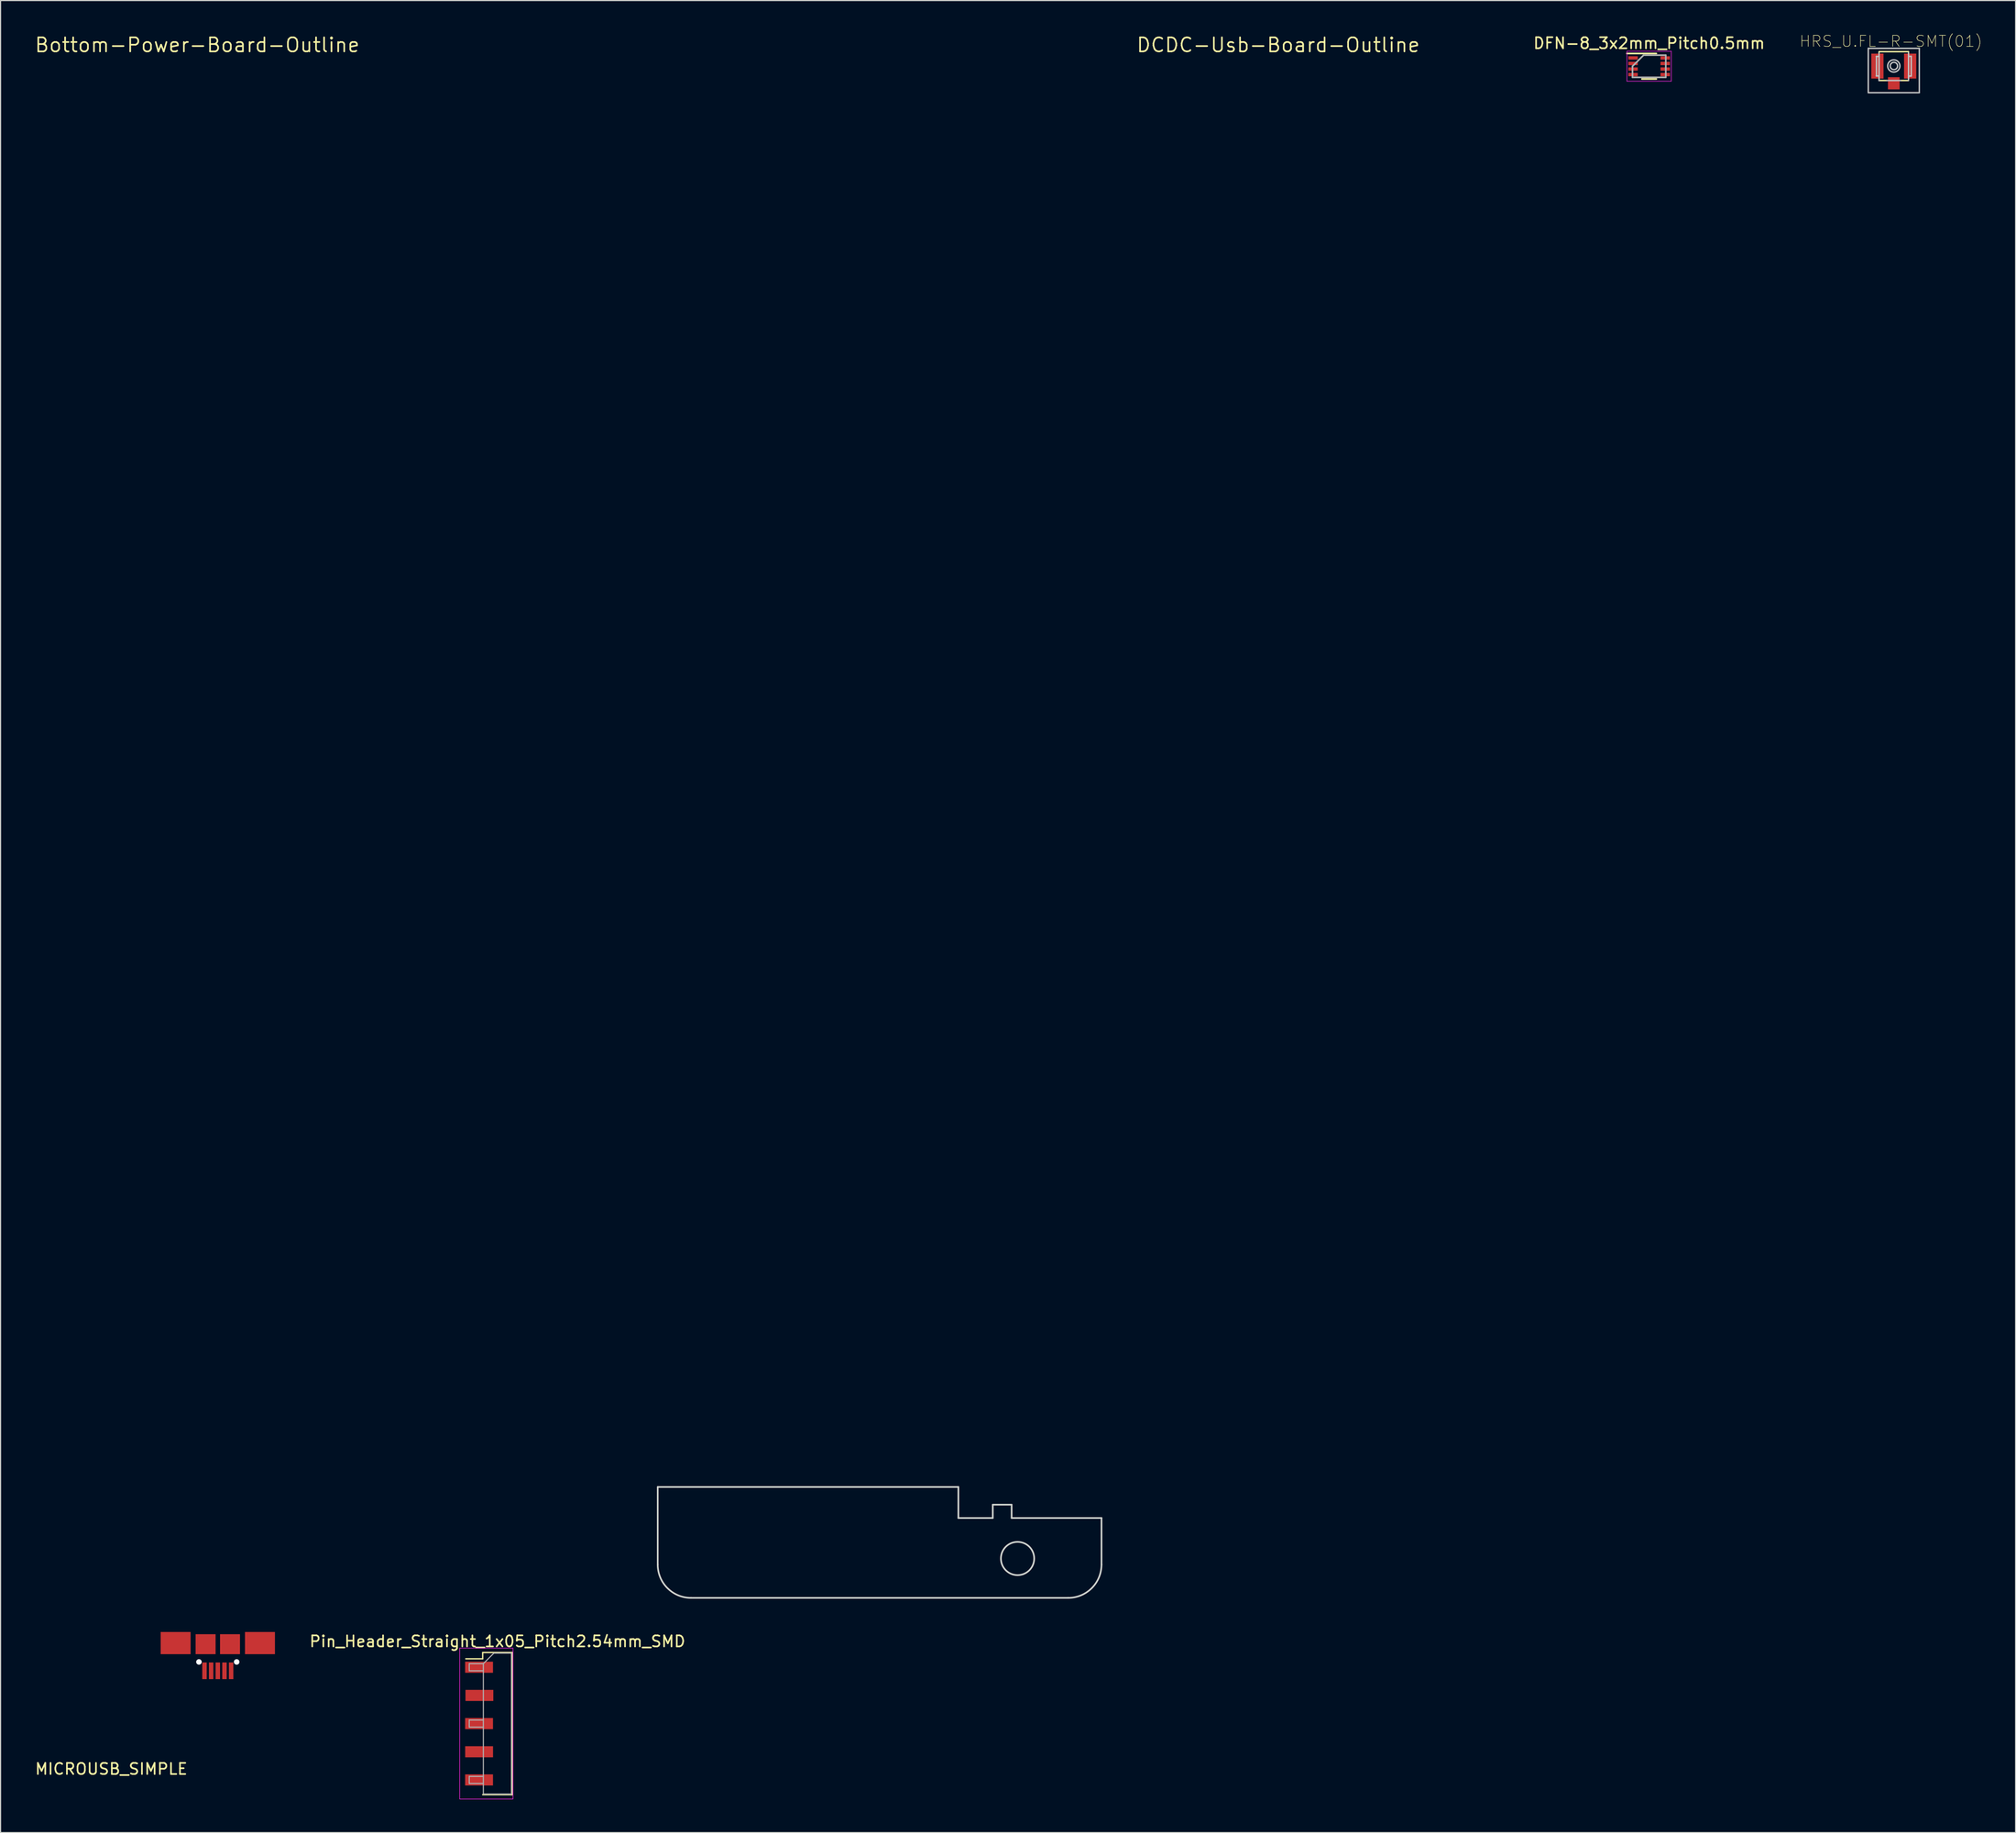
<source format=kicad_pcb>
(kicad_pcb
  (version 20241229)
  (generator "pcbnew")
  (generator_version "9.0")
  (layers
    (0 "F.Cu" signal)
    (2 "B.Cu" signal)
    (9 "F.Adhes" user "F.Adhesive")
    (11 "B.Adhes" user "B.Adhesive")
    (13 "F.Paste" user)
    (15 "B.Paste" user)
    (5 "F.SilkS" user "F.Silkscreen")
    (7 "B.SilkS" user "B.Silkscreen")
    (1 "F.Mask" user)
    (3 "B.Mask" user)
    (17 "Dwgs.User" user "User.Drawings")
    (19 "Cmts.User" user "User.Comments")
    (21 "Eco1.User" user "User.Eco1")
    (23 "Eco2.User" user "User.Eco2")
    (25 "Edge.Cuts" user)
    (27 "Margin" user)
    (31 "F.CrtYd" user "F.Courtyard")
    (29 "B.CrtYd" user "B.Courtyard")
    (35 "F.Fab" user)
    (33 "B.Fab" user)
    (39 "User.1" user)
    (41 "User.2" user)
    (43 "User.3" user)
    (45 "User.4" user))
  (footprint "MICROUSB_SIMPLE"
    (layer "F.Cu")
    (at 16.582 147.581)
    (property "Reference" "MICROUSB_SIMPLE" (at -9.6 8.85 0) (layer "F.SilkS") (effects (font (size 1 1) (thickness 0.15))))
    (attr through_hole)
    (pad "" np_thru_hole circle (at -1.7 -0.8) (size 0.5 0.5) (drill 0.5) (layers "*.Cu" "*.Mask"))
    (pad "" np_thru_hole circle (at 1.7 -0.8) (size 0.5 0.5) (drill 0.5) (layers "*.Cu" "*.Mask"))
    (pad "1" smd rect (at 1.2 0) (size 0.4 1.5) (layers "F.Cu" "F.Mask" "F.Paste"))
    (pad "2" smd rect (at 0.6 0) (size 0.4 1.5) (layers "F.Cu" "F.Mask" "F.Paste"))
    (pad "3" smd rect (at 0 0) (size 0.4 1.5) (layers "F.Cu" "F.Mask" "F.Paste"))
    (pad "4" smd rect (at -0.6 0) (size 0.4 1.5) (layers "F.Cu" "F.Mask" "F.Paste"))
    (pad "5" smd rect (at -1.2 0) (size 0.4 1.5) (layers "F.Cu" "F.Mask" "F.Paste"))
    (pad "6" smd rect (at -3.8 -2.5) (size 2.7 2) (layers "F.Cu" "F.Mask" "F.Paste"))
    (pad "6" smd rect (at -1.1 -2.4) (size 1.8 1.8) (layers "F.Cu" "F.Mask" "F.Paste"))
    (pad "6" smd rect (at 1.1 -2.4) (size 1.8 1.8) (layers "F.Cu" "F.Mask" "F.Paste"))
    (pad "6" smd rect (at 3.8 -2.5) (size 2.7 2) (layers "F.Cu" "F.Mask" "F.Paste")))
  (footprint "Bottom-Power-Board-Outline"
    (layer "F.Cu")
    (at 14.733 1.006)
    (property "Reference" "Bottom-Power-Board-Outline" (at 0 0 0) (layer "F.SilkS") (effects (font (size 1.27 1.27) (thickness 0.15))))
    (attr through_hole)
    (fp_line (start 52 130) (end 52 130.35) (stroke (width 0.15) (type solid)) (layer "Eco1.User"))
    (fp_line (start 52 130.35) (end 53.6 130.35) (stroke (width 0.15) (type solid)) (layer "Eco1.User"))
    (fp_line (start 53.6 130.35) (end 53.6 130) (stroke (width 0.15) (type solid)) (layer "Eco1.User"))
    (fp_circle (center 43.25 130) (end 43.4 130.45) (stroke (width 0.15) (type solid)) (fill no) (layer "Eco1.User"))
    (fp_circle (center 45.8 130) (end 46.1 130.35) (stroke (width 0.15) (type solid)) (fill no) (layer "Eco1.User"))
    (fp_circle (center 48.3 130) (end 48.55 130.4) (stroke (width 0.15) (type solid)) (fill no) (layer "Eco1.User"))
    (fp_circle (center 55.95 130) (end 56.25 130.35) (stroke (width 0.15) (type solid)) (fill no) (layer "Eco1.User"))
    (fp_circle (center 58.5 130) (end 58.75 130.35) (stroke (width 0.15) (type solid)) (fill no) (layer "Eco1.User"))
    (fp_circle (center 61.05 130) (end 61.35 130.3) (stroke (width 0.15) (type solid)) (fill no) (layer "Eco1.User"))
    (fp_circle (center 63.55 130) (end 63.85 130.35) (stroke (width 0.15) (type solid)) (fill no) (layer "Eco1.User"))
    (fp_circle (center 66.1 130) (end 66.3 130.4) (stroke (width 0.15) (type solid)) (fill no) (layer "Eco1.User"))
    (fp_circle (center 72.65 131.6) (end 72.95 131.95) (stroke (width 0.15) (type solid)) (fill no) (layer "Eco1.User"))
    (fp_line (start 41.5 130) (end 41.5 137) (stroke (width 0.15) (type solid)) (layer "Edge.Cuts"))
    (fp_line (start 41.5 130) (end 68.6 130) (stroke (width 0.15) (type solid)) (layer "Edge.Cuts"))
    (fp_line (start 44.5 140) (end 78.5 140) (stroke (width 0.15) (type solid)) (layer "Edge.Cuts"))
    (fp_line (start 68.6 130) (end 68.6 132.8) (stroke (width 0.15) (type solid)) (layer "Edge.Cuts"))
    (fp_line (start 68.6 132.8) (end 71.7 132.8) (stroke (width 0.15) (type solid)) (layer "Edge.Cuts"))
    (fp_line (start 71.7 131.6) (end 73.4 131.6) (stroke (width 0.15) (type solid)) (layer "Edge.Cuts"))
    (fp_line (start 71.7 132.8) (end 71.7 131.6) (stroke (width 0.15) (type solid)) (layer "Edge.Cuts"))
    (fp_line (start 73.4 131.6) (end 73.4 132.8) (stroke (width 0.15) (type solid)) (layer "Edge.Cuts"))
    (fp_line (start 73.4 132.8) (end 81.5 132.8) (stroke (width 0.15) (type solid)) (layer "Edge.Cuts"))
    (fp_line (start 81.5 132.8) (end 81.5 137) (stroke (width 0.15) (type solid)) (layer "Edge.Cuts"))
    (fp_arc (start 44.5 140) (mid 42.37868 139.12132) (end 41.5 137) (stroke (width 0.15) (type solid)) (layer "Edge.Cuts"))
    (fp_arc (start 81.5 137) (mid 80.62132 139.12132) (end 78.5 140) (stroke (width 0.15) (type solid)) (layer "Edge.Cuts"))
    (fp_circle (center 73.935 136.45) (end 73.935 137.95) (stroke (width 0.15) (type solid)) (fill no) (layer "Edge.Cuts")))
  (footprint "HRS_U.FL-R-SMT(01)"
    (layer "F.Cu")
    (at 167.646 2.908)
    (property "Reference" "HRS_U.FL-R-SMT(01)" (at -0.26 -2.235 0) (layer "F.SilkS") (effects (font (size 1 1) (thickness 0.05))))
    (attr smd)
    (fp_line (start -1.33 -1.2) (end -1.33 -1.29) (stroke (width 0.127) (type solid)) (layer "F.SilkS"))
    (fp_line (start -1.3 -1.3) (end 1.3 -1.3) (stroke (width 0.127) (type solid)) (layer "F.SilkS"))
    (fp_line (start -0.63 1.3) (end -1.3 1.3) (stroke (width 0.127) (type solid)) (layer "F.SilkS"))
    (fp_line (start 1.3 1.3) (end 0.63 1.3) (stroke (width 0.127) (type solid)) (layer "F.SilkS"))
    (fp_line (start 1.33 -1.21) (end 1.33 -1.3) (stroke (width 0.127) (type solid)) (layer "F.SilkS"))
    (fp_line (start -2.3 -1.6) (end -2.3 2.4) (stroke (width 0.127) (type solid)) (layer "Dwgs.User"))
    (fp_line (start -2.3 2.4) (end 2.3 2.4) (stroke (width 0.127) (type solid)) (layer "Dwgs.User"))
    (fp_line (start -1.57 -0.87) (end -1.33 -0.87) (stroke (width 0.127) (type solid)) (layer "Dwgs.User"))
    (fp_line (start -1.57 0.89) (end -1.33 0.89) (stroke (width 0.127) (type solid)) (layer "Dwgs.User"))
    (fp_line (start -1.56 -0.88) (end -1.56 0.9) (stroke (width 0.127) (type solid)) (layer "Dwgs.User"))
    (fp_line (start -1.33 -0.87) (end -1.33 -0.88) (stroke (width 0.127) (type solid)) (layer "Dwgs.User"))
    (fp_line (start -1.33 0.89) (end -1.33 0.9) (stroke (width 0.127) (type solid)) (layer "Dwgs.User"))
    (fp_line (start -1.33 1.3) (end -1.33 -1.17) (stroke (width 0.127) (type solid)) (layer "Dwgs.User"))
    (fp_line (start -1.31 1.3) (end -1.33 1.3) (stroke (width 0.127) (type solid)) (layer "Dwgs.User"))
    (fp_line (start 0.61 1.3) (end -0.63 1.3) (stroke (width 0.127) (type solid)) (layer "Dwgs.User"))
    (fp_line (start 1.33 -1.21) (end 1.33 1.3) (stroke (width 0.127) (type solid)) (layer "Dwgs.User"))
    (fp_line (start 1.34 0.9) (end 1.34 0.91) (stroke (width 0.127) (type solid)) (layer "Dwgs.User"))
    (fp_line (start 1.38 -0.88) (end 1.57 -0.88) (stroke (width 0.127) (type solid)) (layer "Dwgs.User"))
    (fp_line (start 1.57 -0.88) (end 1.57 0.9) (stroke (width 0.127) (type solid)) (layer "Dwgs.User"))
    (fp_line (start 1.57 0.9) (end 1.34 0.9) (stroke (width 0.127) (type solid)) (layer "Dwgs.User"))
    (fp_line (start 2.3 -1.6) (end -2.3 -1.6) (stroke (width 0.127) (type solid)) (layer "Dwgs.User"))
    (fp_line (start 2.3 2.4) (end 2.3 -1.6) (stroke (width 0.127) (type solid)) (layer "Dwgs.User"))
    (fp_circle (center 0 -0.01) (end 0.552 -0.01) (stroke (width 0.127) (type solid)) (fill no) (layer "Dwgs.User"))
    (fp_circle (center 0.01 -0.01) (end 0.342 -0.01) (stroke (width 0.127) (type solid)) (fill no) (layer "Dwgs.User"))
    (pad "1" smd rect (at 0 1.55) (size 1.05 1.1) (layers "F.Cu" "F.Mask" "F.Paste"))
    (pad "2" smd rect (at -1.475 0) (size 1.1 2.25) (layers "F.Cu" "F.Mask" "F.Paste"))
    (pad "2" smd rect (at 1.475 0) (size 1.1 2.25) (layers "F.Cu" "F.Mask" "F.Paste")))
  (footprint "DFN-8_3x2mm_Pitch0.5mm"
    (layer "F.Cu")
    (at 145.594 2.923)
    (property "Reference" "DFN-8_3x2mm_Pitch0.5mm" (at 0 -2.075 0) (layer "F.SilkS") (effects (font (size 1 1) (thickness 0.15))))
    (attr smd)
    (fp_line (start -2.004 -1.15) (end 0.65 -1.15) (stroke (width 0.15) (type solid)) (layer "F.SilkS"))
    (fp_line (start -0.65 1.15) (end 0.65 1.15) (stroke (width 0.15) (type solid)) (layer "F.SilkS"))
    (fp_line (start -2 -1.35) (end -2 1.35) (stroke (width 0.05) (type solid)) (layer "F.CrtYd"))
    (fp_line (start -2 -1.35) (end 2 -1.35) (stroke (width 0.05) (type solid)) (layer "F.CrtYd"))
    (fp_line (start -2 1.35) (end 2 1.35) (stroke (width 0.05) (type solid)) (layer "F.CrtYd"))
    (fp_line (start 2 -1.35) (end 2 1.35) (stroke (width 0.05) (type solid)) (layer "F.CrtYd"))
    (fp_line (start -1.5 0) (end -0.5 -1) (stroke (width 0.15) (type solid)) (layer "F.Fab"))
    (fp_line (start -1.5 1) (end -1.5 0) (stroke (width 0.15) (type solid)) (layer "F.Fab"))
    (fp_line (start -0.5 -1) (end 1.5 -1) (stroke (width 0.15) (type solid)) (layer "F.Fab"))
    (fp_line (start 1.5 -1) (end 1.5 1) (stroke (width 0.15) (type solid)) (layer "F.Fab"))
    (fp_line (start 1.5 1) (end -1.5 1) (stroke (width 0.15) (type solid)) (layer "F.Fab"))
    (pad "1" smd rect (at -1.45 -0.75) (size 0.85 0.3) (layers "F.Cu" "F.Mask" "F.Paste"))
    (pad "2" smd rect (at -1.45 -0.25) (size 0.85 0.3) (layers "F.Cu" "F.Mask" "F.Paste"))
    (pad "3" smd rect (at -1.45 0.25) (size 0.85 0.3) (layers "F.Cu" "F.Mask" "F.Paste"))
    (pad "4" smd rect (at -1.45 0.75) (size 0.85 0.3) (layers "F.Cu" "F.Mask" "F.Paste"))
    (pad "5" smd rect (at 1.45 0.75) (size 0.85 0.3) (layers "F.Cu" "F.Mask" "F.Paste"))
    (pad "6" smd rect (at 1.45 0.25) (size 0.85 0.3) (layers "F.Cu" "F.Mask" "F.Paste"))
    (pad "7" smd rect (at 1.45 -0.25) (size 0.85 0.3) (layers "F.Cu" "F.Mask" "F.Paste"))
    (pad "8" smd rect (at 1.45 -0.75) (size 0.85 0.3) (layers "F.Cu" "F.Mask" "F.Paste")))
  (footprint "DCDC-Usb-Board-Outline"
    (layer "F.Cu")
    (at 112.167 1.006)
    (property "Reference" "DCDC-Usb-Board-Outline" (at 0 0 0) (layer "F.SilkS") (effects (font (size 1.27 1.27) (thickness 0.15))))
    (attr through_hole)
    (fp_line (start 2.832 33.792) (end 4.813 33.792) (stroke (width 0.15) (type solid)) (layer "Eco1.User"))
    (fp_line (start 2.832 35.824) (end 2.832 33.792) (stroke (width 0.15) (type solid)) (layer "Eco1.User"))
    (fp_line (start 2.832 36.84) (end 4.813 36.84) (stroke (width 0.15) (type solid)) (layer "Eco1.User"))
    (fp_line (start 2.832 38.872) (end 2.832 36.84) (stroke (width 0.15) (type solid)) (layer "Eco1.User"))
    (fp_line (start 4.813 33.792) (end 5.22 33.792) (stroke (width 0.15) (type solid)) (layer "Eco1.User"))
    (fp_line (start 4.813 35.824) (end 2.832 35.824) (stroke (width 0.15) (type solid)) (layer "Eco1.User"))
    (fp_line (start 4.813 36.84) (end 4.813 35.824) (stroke (width 0.15) (type solid)) (layer "Eco1.User"))
    (fp_line (start 4.813 38.872) (end 2.832 38.872) (stroke (width 0.15) (type solid)) (layer "Eco1.User"))
    (fp_line (start 4.813 42.225) (end 4.813 38.872) (stroke (width 0.15) (type solid)) (layer "Eco1.User"))
    (fp_line (start 5.22 5.395) (end 19.799 5.395) (stroke (width 0.15) (type solid)) (layer "Eco1.User"))
    (fp_line (start 5.22 33.792) (end 5.22 5.395) (stroke (width 0.15) (type solid)) (layer "Eco1.User"))
    (fp_line (start 5.22 33.792) (end 5.22 38.364) (stroke (width 0.15) (type solid)) (layer "Eco1.User"))
    (fp_line (start 5.22 38.364) (end 19.799 38.364) (stroke (width 0.15) (type solid)) (layer "Eco1.User"))
    (fp_line (start 19.799 5.395) (end 19.799 42.225) (stroke (width 0.15) (type solid)) (layer "Eco1.User"))
    (fp_line (start 19.799 42.225) (end 4.813 42.225) (stroke (width 0.15) (type solid)) (layer "Eco1.User"))
    (fp_circle (center 3.848 34.808) (end 3.899 35.164) (stroke (width 0.15) (type solid)) (fill no) (layer "Eco1.User"))
    (fp_circle (center 3.848 37.856) (end 4 37.5) (stroke (width 0.15) (type solid)) (fill no) (layer "Eco1.User"))
    (fp_circle (center 8.776 42.834) (end 8.776 42.225) (stroke (width 0.15) (type solid)) (fill no) (layer "Eco1.User"))
    (fp_circle (center 9.334 39.685) (end 9.385 39.786) (stroke (width 0.15) (type solid)) (fill no) (layer "Eco1.User"))
    (fp_circle (center 11.316 42.834) (end 11.366 42.225) (stroke (width 0.15) (type solid)) (fill no) (layer "Eco1.User"))
    (fp_circle (center 13.348 42.834) (end 13.449 42.225) (stroke (width 0.15) (type solid)) (fill no) (layer "Eco1.User"))
    (fp_circle (center 15.735 39.685) (end 15.837 39.583) (stroke (width 0.15) (type solid)) (fill no) (layer "Eco1.User"))
    (fp_circle (center 15.888 42.834) (end 15.888 42.225) (stroke (width 0.15) (type solid)) (fill no) (layer "Eco1.User")))
  (footprint "Pin_Header_Straight_1x05_Pitch2.54mm_SMD"
    (layer "F.Cu")
    (at 41.786 152.339)
    (property "Reference" "Pin_Header_Straight_1x05_Pitch2.54mm_SMD" (at 0 -7.41 0) (layer "F.SilkS") (effects (font (size 1 1) (thickness 0.15))))
    (attr smd)
    (fp_line (start -1.33 -6.41) (end -1.33 -5.84) (stroke (width 0.12) (type solid)) (layer "F.SilkS"))
    (fp_line (start -1.33 -6.41) (end 1.33 -6.41) (stroke (width 0.12) (type solid)) (layer "F.SilkS"))
    (fp_line (start -1.33 -5.84) (end -2.85 -5.84) (stroke (width 0.12) (type solid)) (layer "F.SilkS"))
    (fp_line (start -1.33 6.41) (end 1.33 6.41) (stroke (width 0.12) (type solid)) (layer "F.SilkS"))
    (fp_line (start 1.3 -6.4) (end 1.3 6.4) (stroke (width 0.15) (type solid)) (layer "F.SilkS"))
    (fp_line (start -3.4 -6.8) (end -3.4 6.8) (stroke (width 0.05) (type solid)) (layer "F.CrtYd"))
    (fp_line (start -3.4 6.8) (end 1.4 6.8) (stroke (width 0.05) (type solid)) (layer "F.CrtYd"))
    (fp_line (start 1.4 -6.8) (end -3.4 -6.8) (stroke (width 0.05) (type solid)) (layer "F.CrtYd"))
    (fp_line (start 1.4 6.8) (end 1.4 -6.8) (stroke (width 0.05) (type solid)) (layer "F.CrtYd"))
    (fp_line (start -2.54 -5.4) (end -2.54 -4.76) (stroke (width 0.1) (type solid)) (layer "F.Fab"))
    (fp_line (start -2.54 -4.76) (end -1.27 -4.76) (stroke (width 0.1) (type solid)) (layer "F.Fab"))
    (fp_line (start -2.54 -0.32) (end -2.54 0.32) (stroke (width 0.1) (type solid)) (layer "F.Fab"))
    (fp_line (start -2.54 0.32) (end -1.27 0.32) (stroke (width 0.1) (type solid)) (layer "F.Fab"))
    (fp_line (start -2.54 4.76) (end -2.54 5.4) (stroke (width 0.1) (type solid)) (layer "F.Fab"))
    (fp_line (start -2.54 5.4) (end -1.27 5.4) (stroke (width 0.1) (type solid)) (layer "F.Fab"))
    (fp_line (start -1.27 -5.4) (end -2.54 -5.4) (stroke (width 0.1) (type solid)) (layer "F.Fab"))
    (fp_line (start -1.27 -5.4) (end -0.32 -6.35) (stroke (width 0.1) (type solid)) (layer "F.Fab"))
    (fp_line (start -1.27 -0.32) (end -2.54 -0.32) (stroke (width 0.1) (type solid)) (layer "F.Fab"))
    (fp_line (start -1.27 4.76) (end -2.54 4.76) (stroke (width 0.1) (type solid)) (layer "F.Fab"))
    (fp_line (start -1.27 6.35) (end -1.27 -5.4) (stroke (width 0.1) (type solid)) (layer "F.Fab"))
    (fp_line (start -0.32 -6.35) (end 1.27 -6.35) (stroke (width 0.1) (type solid)) (layer "F.Fab"))
    (fp_line (start 1.27 -6.35) (end 1.27 6.35) (stroke (width 0.1) (type solid)) (layer "F.Fab"))
    (fp_line (start 1.27 6.35) (end -1.27 6.35) (stroke (width 0.1) (type solid)) (layer "F.Fab"))
    (pad "1" smd rect (at -1.655 -5.08) (size 2.51 1) (layers "F.Cu" "F.Mask" "F.Paste"))
    (pad "2" smd rect (at -1.626 -2.54) (size 2.51 1) (layers "F.Cu" "F.Mask" "F.Paste"))
    (pad "3" smd rect (at -1.655 0) (size 2.51 1) (layers "F.Cu" "F.Mask" "F.Paste"))
    (pad "4" smd rect (at -1.651 2.54) (size 2.51 1) (layers "F.Cu" "F.Mask" "F.Paste"))
    (pad "5" smd rect (at -1.655 5.08) (size 2.51 1) (layers "F.Cu" "F.Mask" "F.Paste")))
  (gr_rect
    (start -3 -3)
    (end 178.625 162.164)
    (stroke (width 0.1) (type default))
    (fill no)
    (layer "Edge.Cuts")))
</source>
